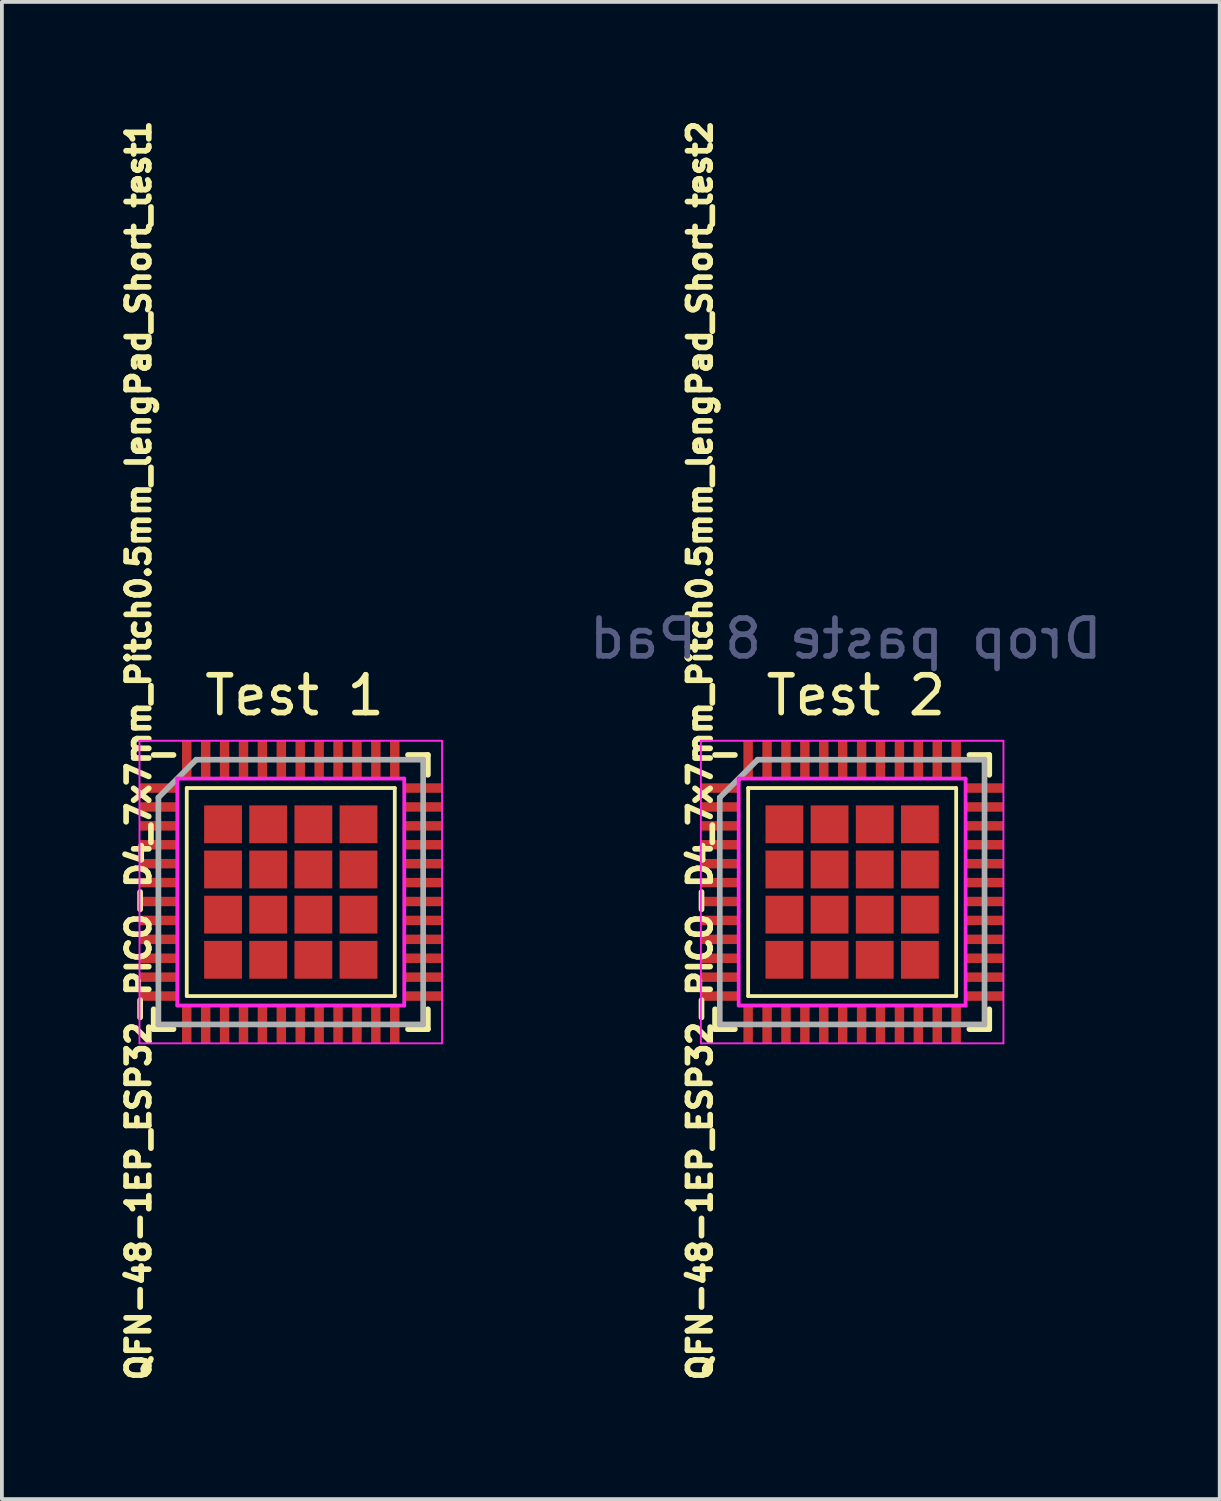
<source format=kicad_pcb>
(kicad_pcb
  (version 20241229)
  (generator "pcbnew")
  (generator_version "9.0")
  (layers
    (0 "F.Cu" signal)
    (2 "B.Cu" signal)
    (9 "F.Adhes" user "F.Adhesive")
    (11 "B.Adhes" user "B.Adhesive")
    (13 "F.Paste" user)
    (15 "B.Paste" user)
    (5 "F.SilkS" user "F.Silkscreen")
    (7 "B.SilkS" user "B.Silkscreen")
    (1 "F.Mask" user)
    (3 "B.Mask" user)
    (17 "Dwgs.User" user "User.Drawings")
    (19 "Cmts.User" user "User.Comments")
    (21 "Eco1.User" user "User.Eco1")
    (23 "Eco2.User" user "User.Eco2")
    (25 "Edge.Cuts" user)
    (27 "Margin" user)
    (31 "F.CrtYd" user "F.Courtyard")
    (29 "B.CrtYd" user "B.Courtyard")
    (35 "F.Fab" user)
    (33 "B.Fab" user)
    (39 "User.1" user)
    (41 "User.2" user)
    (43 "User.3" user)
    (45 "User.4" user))
  (footprint "QFN-48-1EP_ESP32-PICO-D4_7x7mm_Pitch0.5mm_lengPad_Short_test2"
    (layer "F.Cu")
    (at 19.481 20.536)
    (property "Reference" "QFN-48-1EP_ESP32-PICO-D4_7x7mm_Pitch0.5mm_lengPad_Short_test2" (at -4.024 -3.743 90) (layer "F.SilkS") (effects (font (size 0.6 0.6) (thickness 0.15))))
    (attr smd)
    (fp_line (start -3.625 -3.625) (end -3.1 -3.625) (stroke (width 0.15) (type solid)) (layer "F.SilkS"))
    (fp_line (start -3.625 3.625) (end -3.625 3.1) (stroke (width 0.15) (type solid)) (layer "F.SilkS"))
    (fp_line (start -3.625 3.625) (end -3.1 3.625) (stroke (width 0.15) (type solid)) (layer "F.SilkS"))
    (fp_line (start -2.75 -2.75) (end 2.75 -2.75) (stroke (width 0.1) (type solid)) (layer "F.SilkS"))
    (fp_line (start -2.75 2.75) (end -2.75 -2.75) (stroke (width 0.1) (type solid)) (layer "F.SilkS"))
    (fp_line (start -2.75 2.75) (end 2.75 2.75) (stroke (width 0.1) (type solid)) (layer "F.SilkS"))
    (fp_line (start 2.75 2.75) (end 2.75 -2.75) (stroke (width 0.1) (type solid)) (layer "F.SilkS"))
    (fp_line (start 3.625 -3.625) (end 3.1 -3.625) (stroke (width 0.15) (type solid)) (layer "F.SilkS"))
    (fp_line (start 3.625 -3.625) (end 3.625 -3.1) (stroke (width 0.15) (type solid)) (layer "F.SilkS"))
    (fp_line (start 3.625 3.625) (end 3.1 3.625) (stroke (width 0.15) (type solid)) (layer "F.SilkS"))
    (fp_line (start 3.625 3.625) (end 3.625 3.1) (stroke (width 0.15) (type solid)) (layer "F.SilkS"))
    (fp_line (start -4 -4) (end -4 4) (stroke (width 0.05) (type solid)) (layer "F.CrtYd"))
    (fp_line (start -4 -4) (end 4 -4) (stroke (width 0.05) (type solid)) (layer "F.CrtYd"))
    (fp_line (start -4 4) (end 4 4) (stroke (width 0.05) (type solid)) (layer "F.CrtYd"))
    (fp_line (start -3 -3) (end 3 -3) (stroke (width 0.1) (type solid)) (layer "F.CrtYd"))
    (fp_line (start -3 3) (end -3 -3) (stroke (width 0.1) (type solid)) (layer "F.CrtYd"))
    (fp_line (start 3 -3) (end 3 3) (stroke (width 0.1) (type solid)) (layer "F.CrtYd"))
    (fp_line (start 3 3) (end -3 3) (stroke (width 0.1) (type solid)) (layer "F.CrtYd"))
    (fp_line (start 4 -4) (end 4 4) (stroke (width 0.05) (type solid)) (layer "F.CrtYd"))
    (fp_line (start -3.5 -2.5) (end -2.5 -3.5) (stroke (width 0.15) (type solid)) (layer "F.Fab"))
    (fp_line (start -3.5 3.5) (end -3.5 -2.5) (stroke (width 0.15) (type solid)) (layer "F.Fab"))
    (fp_line (start -2.5 -3.5) (end 3.5 -3.5) (stroke (width 0.15) (type solid)) (layer "F.Fab"))
    (fp_line (start 3.5 -3.5) (end 3.5 3.5) (stroke (width 0.15) (type solid)) (layer "F.Fab"))
    (fp_line (start 3.5 3.5) (end -3.5 3.5) (stroke (width 0.15) (type solid)) (layer "F.Fab"))
    (fp_text user "Test 2" (at 0.1 -5.2 0) (layer "F.SilkS") (effects (font (size 1 1) (thickness 0.15))))
    (fp_text user "Drop paste 8 Pad " (at -0.55 -6.7 0) (layer "B.Fab") (effects (font (size 1 1) (thickness 0.15)) (justify mirror)))
    (pad "1" smd rect (at -3.5 -2.75) (size 1 0.25) (layers "F.Cu" "F.Mask" "F.Paste"))
    (pad "2" smd rect (at -3.5 -2.25) (size 1 0.25) (layers "F.Cu" "F.Mask" "F.Paste"))
    (pad "3" smd rect (at -3.5 -1.75) (size 1 0.25) (layers "F.Cu" "F.Mask" "F.Paste"))
    (pad "4" smd rect (at -3.5 -1.25) (size 1 0.25) (layers "F.Cu" "F.Mask" "F.Paste"))
    (pad "5" smd rect (at -3.5 -0.75) (size 1 0.25) (layers "F.Cu" "F.Mask" "F.Paste"))
    (pad "6" smd rect (at -3.5 -0.25) (size 1 0.25) (layers "F.Cu" "F.Mask" "F.Paste"))
    (pad "7" smd rect (at -3.5 0.25) (size 1 0.25) (layers "F.Cu" "F.Mask" "F.Paste"))
    (pad "8" smd rect (at -3.5 0.75) (size 1 0.25) (layers "F.Cu" "F.Mask" "F.Paste"))
    (pad "9" smd rect (at -3.5 1.25) (size 1 0.25) (layers "F.Cu" "F.Mask" "F.Paste"))
    (pad "10" smd rect (at -3.5 1.75) (size 1 0.25) (layers "F.Cu" "F.Mask" "F.Paste"))
    (pad "11" smd rect (at -3.5 2.25) (size 1 0.25) (layers "F.Cu" "F.Mask" "F.Paste"))
    (pad "12" smd rect (at -3.5 2.75) (size 1 0.25) (layers "F.Cu" "F.Mask" "F.Paste"))
    (pad "13" smd rect (at -2.75 3.5 90) (size 1 0.25) (layers "F.Cu" "F.Mask" "F.Paste"))
    (pad "14" smd rect (at -2.25 3.5 90) (size 1 0.25) (layers "F.Cu" "F.Mask" "F.Paste"))
    (pad "15" smd rect (at -1.75 3.5 90) (size 1 0.25) (layers "F.Cu" "F.Mask" "F.Paste"))
    (pad "16" smd rect (at -1.25 3.5 90) (size 1 0.25) (layers "F.Cu" "F.Mask" "F.Paste"))
    (pad "17" smd rect (at -0.75 3.5 90) (size 1 0.25) (layers "F.Cu" "F.Mask" "F.Paste"))
    (pad "18" smd rect (at -0.25 3.5 90) (size 1 0.25) (layers "F.Cu" "F.Mask" "F.Paste"))
    (pad "19" smd rect (at 0.25 3.5 90) (size 1 0.25) (layers "F.Cu" "F.Mask" "F.Paste"))
    (pad "20" smd rect (at 0.75 3.5 90) (size 1 0.25) (layers "F.Cu" "F.Mask" "F.Paste"))
    (pad "21" smd rect (at 1.25 3.5 90) (size 1 0.25) (layers "F.Cu" "F.Mask" "F.Paste"))
    (pad "22" smd rect (at 1.75 3.5 90) (size 1 0.25) (layers "F.Cu" "F.Mask" "F.Paste"))
    (pad "23" smd rect (at 2.25 3.5 90) (size 1 0.25) (layers "F.Cu" "F.Mask" "F.Paste"))
    (pad "24" smd rect (at 2.75 3.5 90) (size 1 0.25) (layers "F.Cu" "F.Mask" "F.Paste"))
    (pad "25" smd rect (at 3.5 2.75) (size 1 0.25) (layers "F.Cu" "F.Mask" "F.Paste"))
    (pad "26" smd rect (at 3.5 2.25) (size 1 0.25) (layers "F.Cu" "F.Mask" "F.Paste"))
    (pad "27" smd rect (at 3.5 1.75) (size 1 0.25) (layers "F.Cu" "F.Mask" "F.Paste"))
    (pad "28" smd rect (at 3.5 1.25) (size 1 0.25) (layers "F.Cu" "F.Mask" "F.Paste"))
    (pad "29" smd rect (at 3.5 0.75) (size 1 0.25) (layers "F.Cu" "F.Mask" "F.Paste"))
    (pad "30" smd rect (at 3.5 0.25) (size 1 0.25) (layers "F.Cu" "F.Mask" "F.Paste"))
    (pad "31" smd rect (at 3.5 -0.25) (size 1 0.25) (layers "F.Cu" "F.Mask" "F.Paste"))
    (pad "32" smd rect (at 3.5 -0.75) (size 1 0.25) (layers "F.Cu" "F.Mask" "F.Paste"))
    (pad "33" smd rect (at 3.5 -1.25) (size 1 0.25) (layers "F.Cu" "F.Mask" "F.Paste"))
    (pad "34" smd rect (at 3.5 -1.75) (size 1 0.25) (layers "F.Cu" "F.Mask" "F.Paste"))
    (pad "35" smd rect (at 3.5 -2.25) (size 1 0.25) (layers "F.Cu" "F.Mask" "F.Paste"))
    (pad "36" smd rect (at 3.5 -2.75) (size 1 0.25) (layers "F.Cu" "F.Mask" "F.Paste"))
    (pad "37" smd rect (at 2.75 -3.5 90) (size 1 0.25) (layers "F.Cu" "F.Mask" "F.Paste"))
    (pad "38" smd rect (at 2.25 -3.5 90) (size 1 0.25) (layers "F.Cu" "F.Mask" "F.Paste"))
    (pad "39" smd rect (at 1.75 -3.5 90) (size 1 0.25) (layers "F.Cu" "F.Mask" "F.Paste"))
    (pad "40" smd rect (at 1.25 -3.5 90) (size 1 0.25) (layers "F.Cu" "F.Mask" "F.Paste"))
    (pad "41" smd rect (at 0.75 -3.5 90) (size 1 0.25) (layers "F.Cu" "F.Mask" "F.Paste"))
    (pad "42" smd rect (at 0.25 -3.5 90) (size 1 0.25) (layers "F.Cu" "F.Mask" "F.Paste"))
    (pad "43" smd rect (at -0.25 -3.5 90) (size 1 0.25) (layers "F.Cu" "F.Mask" "F.Paste"))
    (pad "44" smd rect (at -0.75 -3.5 90) (size 1 0.25) (layers "F.Cu" "F.Mask" "F.Paste"))
    (pad "45" smd rect (at -1.25 -3.5 90) (size 1 0.25) (layers "F.Cu" "F.Mask" "F.Paste"))
    (pad "46" smd rect (at -1.75 -3.5 90) (size 1 0.25) (layers "F.Cu" "F.Mask" "F.Paste"))
    (pad "47" smd rect (at -2.25 -3.5 90) (size 1 0.25) (layers "F.Cu" "F.Mask" "F.Paste"))
    (pad "48" smd rect (at -2.75 -3.5 90) (size 1 0.25) (layers "F.Cu" "F.Mask" "F.Paste"))
    (pad "49" smd rect (at -1.791 -1.791) (size 1 1) (layers "F.Cu" "F.Mask" "F.Paste"))
    (pad "49" smd rect (at -1.791 -0.597) (size 1 1) (layers "F.Cu" "F.Mask"))
    (pad "49" smd rect (at -1.791 0.597) (size 1 1) (layers "F.Cu" "F.Mask"))
    (pad "49" smd rect (at -1.791 1.791) (size 1 1) (layers "F.Cu" "F.Mask" "F.Paste"))
    (pad "49" smd rect (at -0.597 -1.791) (size 1 1) (layers "F.Cu" "F.Mask"))
    (pad "49" smd rect (at -0.597 -0.597) (size 1 1) (layers "F.Cu" "F.Mask" "F.Paste"))
    (pad "49" smd rect (at -0.597 0.597) (size 1 1) (layers "F.Cu" "F.Mask" "F.Paste"))
    (pad "49" smd rect (at -0.597 1.791) (size 1 1) (layers "F.Cu" "F.Mask"))
    (pad "49" smd rect (at 0.597 -1.791) (size 1 1) (layers "F.Cu" "F.Mask"))
    (pad "49" smd rect (at 0.597 -0.597) (size 1 1) (layers "F.Cu" "F.Mask" "F.Paste"))
    (pad "49" smd rect (at 0.597 0.597) (size 1 1) (layers "F.Cu" "F.Mask" "F.Paste"))
    (pad "49" smd rect (at 0.597 1.791) (size 1 1) (layers "F.Cu" "F.Mask"))
    (pad "49" smd rect (at 1.791 -1.791) (size 1 1) (layers "F.Cu" "F.Mask" "F.Paste"))
    (pad "49" smd rect (at 1.791 -0.597) (size 1 1) (layers "F.Cu" "F.Mask"))
    (pad "49" smd rect (at 1.791 0.597) (size 1 1) (layers "F.Cu" "F.Mask"))
    (pad "49" smd rect (at 1.791 1.791) (size 1 1) (layers "F.Cu" "F.Mask" "F.Paste")))
  (footprint "QFN-48-1EP_ESP32-PICO-D4_7x7mm_Pitch0.5mm_lengPad_Short_test1"
    (layer "F.Cu")
    (at 4.638 20.536)
    (property "Reference" "QFN-48-1EP_ESP32-PICO-D4_7x7mm_Pitch0.5mm_lengPad_Short_test1" (at -4.024 -3.743 90) (layer "F.SilkS") (effects (font (size 0.6 0.6) (thickness 0.15))))
    (attr smd)
    (fp_line (start -3.625 -3.625) (end -3.1 -3.625) (stroke (width 0.15) (type solid)) (layer "F.SilkS"))
    (fp_line (start -3.625 3.625) (end -3.625 3.1) (stroke (width 0.15) (type solid)) (layer "F.SilkS"))
    (fp_line (start -3.625 3.625) (end -3.1 3.625) (stroke (width 0.15) (type solid)) (layer "F.SilkS"))
    (fp_line (start -2.75 -2.75) (end 2.75 -2.75) (stroke (width 0.1) (type solid)) (layer "F.SilkS"))
    (fp_line (start -2.75 2.75) (end -2.75 -2.75) (stroke (width 0.1) (type solid)) (layer "F.SilkS"))
    (fp_line (start -2.75 2.75) (end 2.75 2.75) (stroke (width 0.1) (type solid)) (layer "F.SilkS"))
    (fp_line (start 2.75 2.75) (end 2.75 -2.75) (stroke (width 0.1) (type solid)) (layer "F.SilkS"))
    (fp_line (start 3.625 -3.625) (end 3.1 -3.625) (stroke (width 0.15) (type solid)) (layer "F.SilkS"))
    (fp_line (start 3.625 -3.625) (end 3.625 -3.1) (stroke (width 0.15) (type solid)) (layer "F.SilkS"))
    (fp_line (start 3.625 3.625) (end 3.1 3.625) (stroke (width 0.15) (type solid)) (layer "F.SilkS"))
    (fp_line (start 3.625 3.625) (end 3.625 3.1) (stroke (width 0.15) (type solid)) (layer "F.SilkS"))
    (fp_line (start -4 -4) (end -4 4) (stroke (width 0.05) (type solid)) (layer "F.CrtYd"))
    (fp_line (start -4 -4) (end 4 -4) (stroke (width 0.05) (type solid)) (layer "F.CrtYd"))
    (fp_line (start -4 4) (end 4 4) (stroke (width 0.05) (type solid)) (layer "F.CrtYd"))
    (fp_line (start -3 -3) (end 3 -3) (stroke (width 0.1) (type solid)) (layer "F.CrtYd"))
    (fp_line (start -3 3) (end -3 -3) (stroke (width 0.1) (type solid)) (layer "F.CrtYd"))
    (fp_line (start 3 -3) (end 3 3) (stroke (width 0.1) (type solid)) (layer "F.CrtYd"))
    (fp_line (start 3 3) (end -3 3) (stroke (width 0.1) (type solid)) (layer "F.CrtYd"))
    (fp_line (start 4 -4) (end 4 4) (stroke (width 0.05) (type solid)) (layer "F.CrtYd"))
    (fp_line (start -3.5 -2.5) (end -2.5 -3.5) (stroke (width 0.15) (type solid)) (layer "F.Fab"))
    (fp_line (start -3.5 3.5) (end -3.5 -2.5) (stroke (width 0.15) (type solid)) (layer "F.Fab"))
    (fp_line (start -2.5 -3.5) (end 3.5 -3.5) (stroke (width 0.15) (type solid)) (layer "F.Fab"))
    (fp_line (start 3.5 -3.5) (end 3.5 3.5) (stroke (width 0.15) (type solid)) (layer "F.Fab"))
    (fp_line (start 3.5 3.5) (end -3.5 3.5) (stroke (width 0.15) (type solid)) (layer "F.Fab"))
    (fp_text user "Test 1" (at 0.1 -5.2 0) (layer "F.SilkS") (effects (font (size 1 1) (thickness 0.15))))
    (pad "1" smd rect (at -3.5 -2.75) (size 1 0.25) (layers "F.Cu" "F.Mask" "F.Paste"))
    (pad "2" smd rect (at -3.5 -2.25) (size 1 0.25) (layers "F.Cu" "F.Mask" "F.Paste"))
    (pad "3" smd rect (at -3.5 -1.75) (size 1 0.25) (layers "F.Cu" "F.Mask" "F.Paste"))
    (pad "4" smd rect (at -3.5 -1.25) (size 1 0.25) (layers "F.Cu" "F.Mask" "F.Paste"))
    (pad "5" smd rect (at -3.5 -0.75) (size 1 0.25) (layers "F.Cu" "F.Mask" "F.Paste"))
    (pad "6" smd rect (at -3.5 -0.25) (size 1 0.25) (layers "F.Cu" "F.Mask" "F.Paste"))
    (pad "7" smd rect (at -3.5 0.25) (size 1 0.25) (layers "F.Cu" "F.Mask" "F.Paste"))
    (pad "8" smd rect (at -3.5 0.75) (size 1 0.25) (layers "F.Cu" "F.Mask" "F.Paste"))
    (pad "9" smd rect (at -3.5 1.25) (size 1 0.25) (layers "F.Cu" "F.Mask" "F.Paste"))
    (pad "10" smd rect (at -3.5 1.75) (size 1 0.25) (layers "F.Cu" "F.Mask" "F.Paste"))
    (pad "11" smd rect (at -3.5 2.25) (size 1 0.25) (layers "F.Cu" "F.Mask" "F.Paste"))
    (pad "12" smd rect (at -3.5 2.75) (size 1 0.25) (layers "F.Cu" "F.Mask" "F.Paste"))
    (pad "13" smd rect (at -2.75 3.5 90) (size 1 0.25) (layers "F.Cu" "F.Mask" "F.Paste"))
    (pad "14" smd rect (at -2.25 3.5 90) (size 1 0.25) (layers "F.Cu" "F.Mask" "F.Paste"))
    (pad "15" smd rect (at -1.75 3.5 90) (size 1 0.25) (layers "F.Cu" "F.Mask" "F.Paste"))
    (pad "16" smd rect (at -1.25 3.5 90) (size 1 0.25) (layers "F.Cu" "F.Mask" "F.Paste"))
    (pad "17" smd rect (at -0.75 3.5 90) (size 1 0.25) (layers "F.Cu" "F.Mask" "F.Paste"))
    (pad "18" smd rect (at -0.25 3.5 90) (size 1 0.25) (layers "F.Cu" "F.Mask" "F.Paste"))
    (pad "19" smd rect (at 0.25 3.5 90) (size 1 0.25) (layers "F.Cu" "F.Mask" "F.Paste"))
    (pad "20" smd rect (at 0.75 3.5 90) (size 1 0.25) (layers "F.Cu" "F.Mask" "F.Paste"))
    (pad "21" smd rect (at 1.25 3.5 90) (size 1 0.25) (layers "F.Cu" "F.Mask" "F.Paste"))
    (pad "22" smd rect (at 1.75 3.5 90) (size 1 0.25) (layers "F.Cu" "F.Mask" "F.Paste"))
    (pad "23" smd rect (at 2.25 3.5 90) (size 1 0.25) (layers "F.Cu" "F.Mask" "F.Paste"))
    (pad "24" smd rect (at 2.75 3.5 90) (size 1 0.25) (layers "F.Cu" "F.Mask" "F.Paste"))
    (pad "25" smd rect (at 3.5 2.75) (size 1 0.25) (layers "F.Cu" "F.Mask" "F.Paste"))
    (pad "26" smd rect (at 3.5 2.25) (size 1 0.25) (layers "F.Cu" "F.Mask" "F.Paste"))
    (pad "27" smd rect (at 3.5 1.75) (size 1 0.25) (layers "F.Cu" "F.Mask" "F.Paste"))
    (pad "28" smd rect (at 3.5 1.25) (size 1 0.25) (layers "F.Cu" "F.Mask" "F.Paste"))
    (pad "29" smd rect (at 3.5 0.75) (size 1 0.25) (layers "F.Cu" "F.Mask" "F.Paste"))
    (pad "30" smd rect (at 3.5 0.25) (size 1 0.25) (layers "F.Cu" "F.Mask" "F.Paste"))
    (pad "31" smd rect (at 3.5 -0.25) (size 1 0.25) (layers "F.Cu" "F.Mask" "F.Paste"))
    (pad "32" smd rect (at 3.5 -0.75) (size 1 0.25) (layers "F.Cu" "F.Mask" "F.Paste"))
    (pad "33" smd rect (at 3.5 -1.25) (size 1 0.25) (layers "F.Cu" "F.Mask" "F.Paste"))
    (pad "34" smd rect (at 3.5 -1.75) (size 1 0.25) (layers "F.Cu" "F.Mask" "F.Paste"))
    (pad "35" smd rect (at 3.5 -2.25) (size 1 0.25) (layers "F.Cu" "F.Mask" "F.Paste"))
    (pad "36" smd rect (at 3.5 -2.75) (size 1 0.25) (layers "F.Cu" "F.Mask" "F.Paste"))
    (pad "37" smd rect (at 2.75 -3.5 90) (size 1 0.25) (layers "F.Cu" "F.Mask" "F.Paste"))
    (pad "38" smd rect (at 2.25 -3.5 90) (size 1 0.25) (layers "F.Cu" "F.Mask" "F.Paste"))
    (pad "39" smd rect (at 1.75 -3.5 90) (size 1 0.25) (layers "F.Cu" "F.Mask" "F.Paste"))
    (pad "40" smd rect (at 1.25 -3.5 90) (size 1 0.25) (layers "F.Cu" "F.Mask" "F.Paste"))
    (pad "41" smd rect (at 0.75 -3.5 90) (size 1 0.25) (layers "F.Cu" "F.Mask" "F.Paste"))
    (pad "42" smd rect (at 0.25 -3.5 90) (size 1 0.25) (layers "F.Cu" "F.Mask" "F.Paste"))
    (pad "43" smd rect (at -0.25 -3.5 90) (size 1 0.25) (layers "F.Cu" "F.Mask" "F.Paste"))
    (pad "44" smd rect (at -0.75 -3.5 90) (size 1 0.25) (layers "F.Cu" "F.Mask" "F.Paste"))
    (pad "45" smd rect (at -1.25 -3.5 90) (size 1 0.25) (layers "F.Cu" "F.Mask" "F.Paste"))
    (pad "46" smd rect (at -1.75 -3.5 90) (size 1 0.25) (layers "F.Cu" "F.Mask" "F.Paste"))
    (pad "47" smd rect (at -2.25 -3.5 90) (size 1 0.25) (layers "F.Cu" "F.Mask" "F.Paste"))
    (pad "48" smd rect (at -2.75 -3.5 90) (size 1 0.25) (layers "F.Cu" "F.Mask" "F.Paste"))
    (pad "49" smd rect (at -1.791 -1.791) (size 1 1) (layers "F.Cu" "F.Mask" "F.Paste"))
    (pad "49" smd rect (at -1.791 -0.597) (size 1 1) (layers "F.Cu" "F.Mask" "F.Paste"))
    (pad "49" smd rect (at -1.791 0.597) (size 1 1) (layers "F.Cu" "F.Mask" "F.Paste"))
    (pad "49" smd rect (at -1.791 1.791) (size 1 1) (layers "F.Cu" "F.Mask" "F.Paste"))
    (pad "49" smd rect (at -0.597 -1.791) (size 1 1) (layers "F.Cu" "F.Mask" "F.Paste"))
    (pad "49" smd rect (at -0.597 -0.597) (size 1 1) (layers "F.Cu" "F.Mask" "F.Paste"))
    (pad "49" smd rect (at -0.597 0.597) (size 1 1) (layers "F.Cu" "F.Mask" "F.Paste"))
    (pad "49" smd rect (at -0.597 1.791) (size 1 1) (layers "F.Cu" "F.Mask" "F.Paste"))
    (pad "49" smd rect (at 0.597 -1.791) (size 1 1) (layers "F.Cu" "F.Mask" "F.Paste"))
    (pad "49" smd rect (at 0.597 -0.597) (size 1 1) (layers "F.Cu" "F.Mask" "F.Paste"))
    (pad "49" smd rect (at 0.597 0.597) (size 1 1) (layers "F.Cu" "F.Mask" "F.Paste"))
    (pad "49" smd rect (at 0.597 1.791) (size 1 1) (layers "F.Cu" "F.Mask" "F.Paste"))
    (pad "49" smd rect (at 1.791 -1.791) (size 1 1) (layers "F.Cu" "F.Mask" "F.Paste"))
    (pad "49" smd rect (at 1.791 -0.597) (size 1 1) (layers "F.Cu" "F.Mask" "F.Paste"))
    (pad "49" smd rect (at 1.791 0.597) (size 1 1) (layers "F.Cu" "F.Mask" "F.Paste"))
    (pad "49" smd rect (at 1.791 1.791) (size 1 1) (layers "F.Cu" "F.Mask" "F.Paste")))
  (gr_rect
    (start -3 -3)
    (end 29.199 36.587)
    (stroke (width 0.1) (type default))
    (fill no)
    (layer "Edge.Cuts")))
</source>
